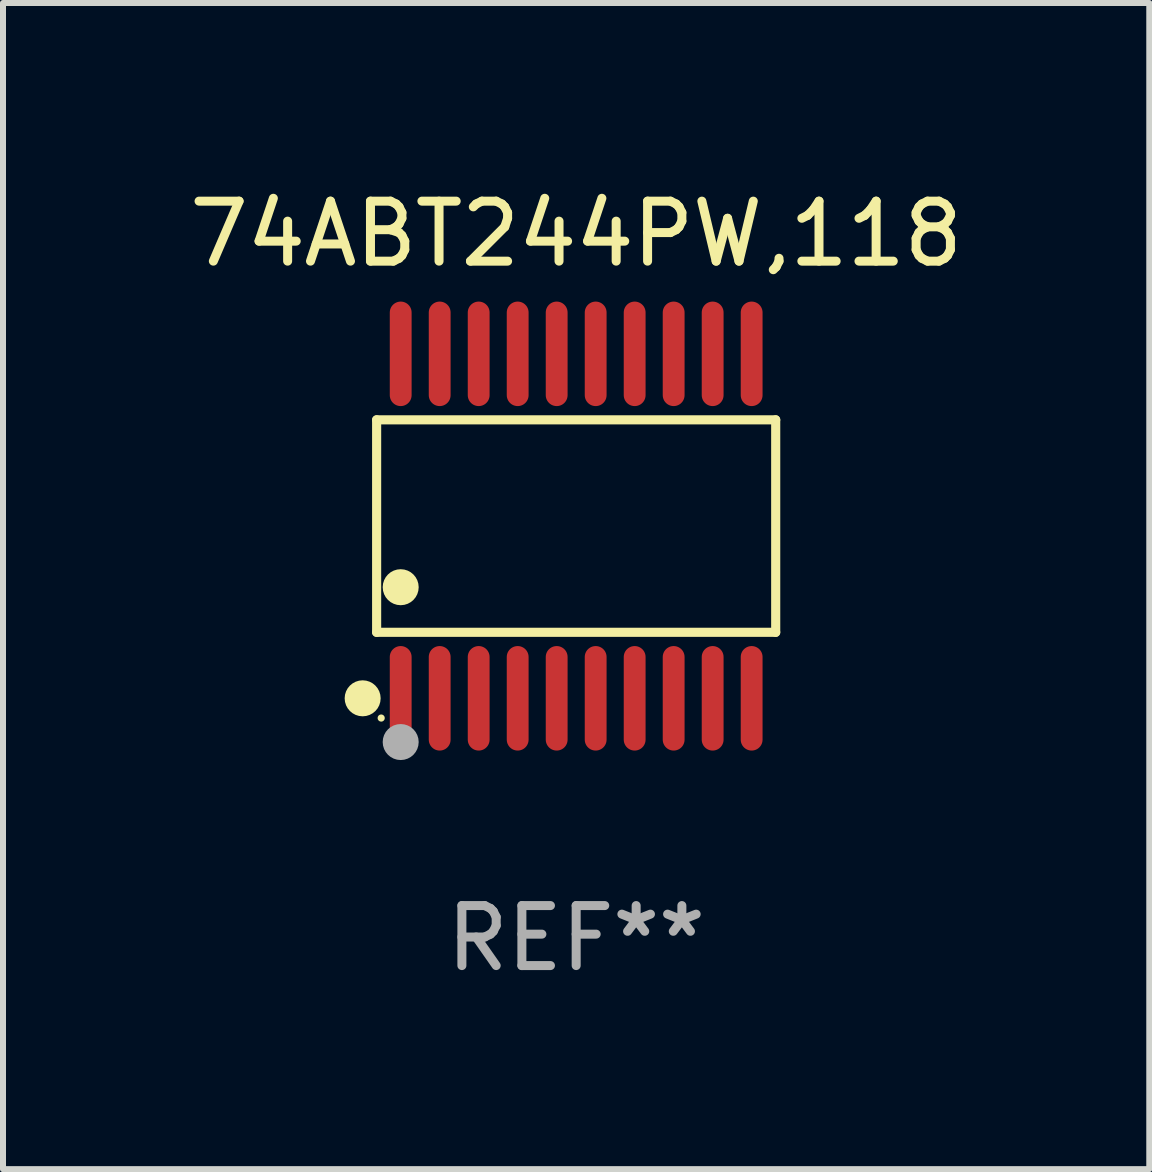
<source format=kicad_pcb>
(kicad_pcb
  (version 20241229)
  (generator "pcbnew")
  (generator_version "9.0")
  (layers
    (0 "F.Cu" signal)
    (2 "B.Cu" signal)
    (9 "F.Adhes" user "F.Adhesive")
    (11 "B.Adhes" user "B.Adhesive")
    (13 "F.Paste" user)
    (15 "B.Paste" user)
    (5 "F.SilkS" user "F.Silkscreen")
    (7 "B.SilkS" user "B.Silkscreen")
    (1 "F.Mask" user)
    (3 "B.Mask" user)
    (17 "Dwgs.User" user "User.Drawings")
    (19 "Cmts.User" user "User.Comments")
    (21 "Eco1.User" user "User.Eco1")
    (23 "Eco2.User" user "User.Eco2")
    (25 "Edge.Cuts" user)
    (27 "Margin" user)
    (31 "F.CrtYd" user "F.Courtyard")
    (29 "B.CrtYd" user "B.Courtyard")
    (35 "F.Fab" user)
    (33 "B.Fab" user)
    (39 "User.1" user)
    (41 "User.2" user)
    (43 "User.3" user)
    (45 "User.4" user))
  (footprint "74ABT244PW,118"
    (layer "F.Cu")
    (at 6.554 5.719)
    (property "Reference" "74ABT244PW,118" (at 0 -4.871 0) (layer "F.SilkS") (effects (font (size 1 1) (thickness 0.15))))
    (attr through_hole)
    (fp_line (start -3.326 -1.771) (end 3.326 -1.771) (stroke (width 0.152) (type solid)) (layer "F.SilkS"))
    (fp_line (start -3.326 1.771) (end -3.326 -1.771) (stroke (width 0.152) (type solid)) (layer "F.SilkS"))
    (fp_line (start 3.326 -1.771) (end 3.326 1.771) (stroke (width 0.152) (type solid)) (layer "F.SilkS"))
    (fp_line (start 3.326 1.771) (end -3.326 1.771) (stroke (width 0.152) (type solid)) (layer "F.SilkS"))
    (fp_circle (center -3.559 2.871) (end -3.409 2.871) (stroke (width 0.3) (type solid)) (fill no) (layer "F.SilkS"))
    (fp_circle (center -3.25 3.2) (end -3.22 3.2) (stroke (width 0.06) (type solid)) (fill no) (layer "F.SilkS"))
    (fp_circle (center -2.925 1.019) (end -2.775 1.019) (stroke (width 0.3) (type solid)) (fill no) (layer "F.SilkS"))
    (fp_circle (center -2.925 3.6) (end -2.775 3.6) (stroke (width 0.3) (type solid)) (fill no) (layer "F.Fab"))
    (fp_text user "REF**" (at 0 6.871 0) (layer "F.Fab") (effects (font (size 1 1) (thickness 0.15))))
    (pad "1" smd oval (at -2.925 2.871) (size 0.364 1.742) (layers "F.Cu" "F.Mask" "F.Paste"))
    (pad "2" smd oval (at -2.275 2.871) (size 0.364 1.742) (layers "F.Cu" "F.Mask" "F.Paste"))
    (pad "3" smd oval (at -1.625 2.871) (size 0.364 1.742) (layers "F.Cu" "F.Mask" "F.Paste"))
    (pad "4" smd oval (at -0.975 2.871) (size 0.364 1.742) (layers "F.Cu" "F.Mask" "F.Paste"))
    (pad "5" smd oval (at -0.325 2.871) (size 0.364 1.742) (layers "F.Cu" "F.Mask" "F.Paste"))
    (pad "6" smd oval (at 0.325 2.871) (size 0.364 1.742) (layers "F.Cu" "F.Mask" "F.Paste"))
    (pad "7" smd oval (at 0.975 2.871) (size 0.364 1.742) (layers "F.Cu" "F.Mask" "F.Paste"))
    (pad "8" smd oval (at 1.625 2.871) (size 0.364 1.742) (layers "F.Cu" "F.Mask" "F.Paste"))
    (pad "9" smd oval (at 2.275 2.871) (size 0.364 1.742) (layers "F.Cu" "F.Mask" "F.Paste"))
    (pad "10" smd oval (at 2.925 2.871) (size 0.364 1.742) (layers "F.Cu" "F.Mask" "F.Paste"))
    (pad "11" smd oval (at 2.925 -2.871) (size 0.364 1.742) (layers "F.Cu" "F.Mask" "F.Paste"))
    (pad "12" smd oval (at 2.275 -2.871) (size 0.364 1.742) (layers "F.Cu" "F.Mask" "F.Paste"))
    (pad "13" smd oval (at 1.625 -2.871) (size 0.364 1.742) (layers "F.Cu" "F.Mask" "F.Paste"))
    (pad "14" smd oval (at 0.975 -2.871) (size 0.364 1.742) (layers "F.Cu" "F.Mask" "F.Paste"))
    (pad "15" smd oval (at 0.325 -2.871) (size 0.364 1.742) (layers "F.Cu" "F.Mask" "F.Paste"))
    (pad "16" smd oval (at -0.325 -2.871) (size 0.364 1.742) (layers "F.Cu" "F.Mask" "F.Paste"))
    (pad "17" smd oval (at -0.975 -2.871) (size 0.364 1.742) (layers "F.Cu" "F.Mask" "F.Paste"))
    (pad "18" smd oval (at -1.625 -2.871) (size 0.364 1.742) (layers "F.Cu" "F.Mask" "F.Paste"))
    (pad "19" smd oval (at -2.275 -2.871) (size 0.364 1.742) (layers "F.Cu" "F.Mask" "F.Paste"))
    (pad "20" smd oval (at -2.925 -2.871) (size 0.364 1.742) (layers "F.Cu" "F.Mask" "F.Paste")))
  (gr_rect
    (start -3 -3)
    (end 16.107 16.438)
    (stroke (width 0.1) (type default))
    (fill no)
    (layer "Edge.Cuts")))
</source>
